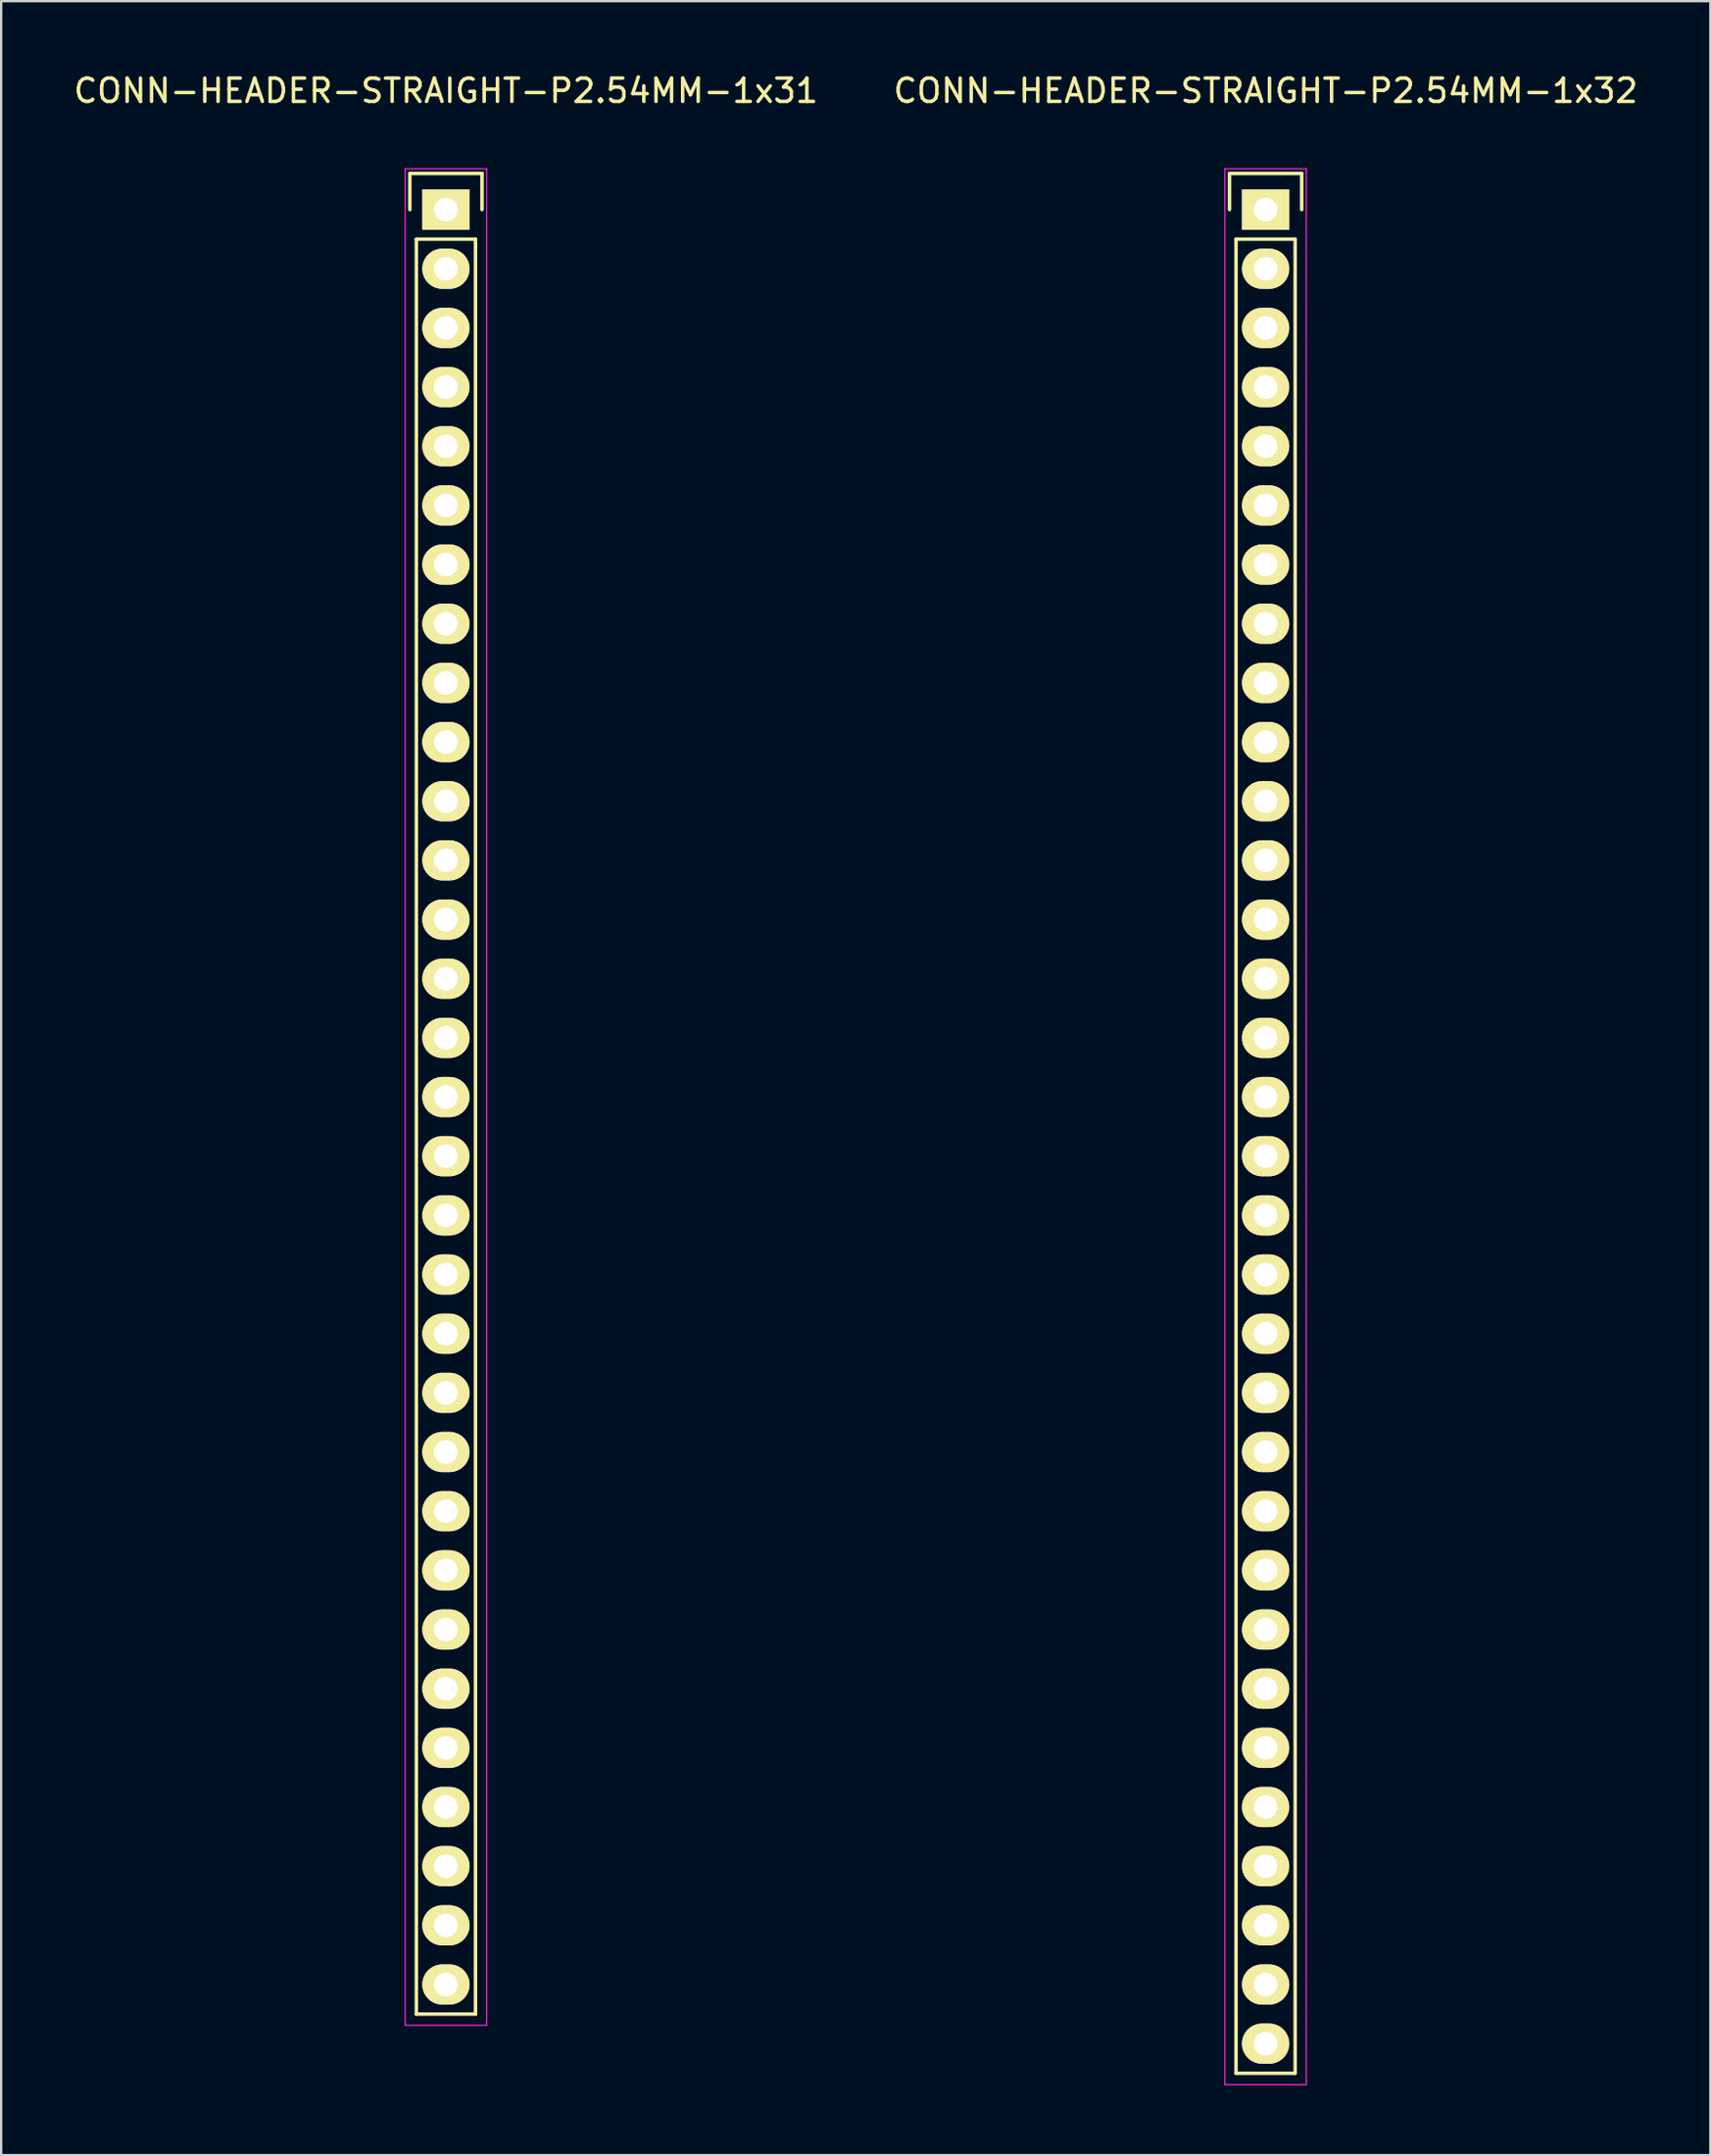
<source format=kicad_pcb>
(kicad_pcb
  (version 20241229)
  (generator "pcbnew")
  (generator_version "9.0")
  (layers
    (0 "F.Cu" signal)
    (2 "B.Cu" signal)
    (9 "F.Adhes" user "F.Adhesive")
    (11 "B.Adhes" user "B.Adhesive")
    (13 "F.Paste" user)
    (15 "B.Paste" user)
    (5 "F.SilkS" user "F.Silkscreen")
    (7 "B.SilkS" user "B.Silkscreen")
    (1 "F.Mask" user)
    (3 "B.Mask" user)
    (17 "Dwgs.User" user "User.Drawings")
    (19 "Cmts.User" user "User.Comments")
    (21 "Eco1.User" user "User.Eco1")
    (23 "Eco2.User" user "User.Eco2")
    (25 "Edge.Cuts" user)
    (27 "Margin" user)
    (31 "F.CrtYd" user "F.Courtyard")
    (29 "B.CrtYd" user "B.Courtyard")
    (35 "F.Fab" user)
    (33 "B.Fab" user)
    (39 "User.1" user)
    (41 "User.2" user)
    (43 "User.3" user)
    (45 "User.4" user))
  (footprint "CONN-HEADER-STRAIGHT-P2.54MM-1x32"
    (layer "F.Cu")
    (at 51.304 5.948)
    (property "Reference" "CONN-HEADER-STRAIGHT-P2.54MM-1x32" (at 0 -5.1 0) (layer "F.SilkS") (effects (font (size 1 1) (thickness 0.15))))
    (attr through_hole)
    (fp_line (start -1.55 -1.55) (end 1.55 -1.55) (stroke (width 0.15) (type solid)) (layer "F.SilkS"))
    (fp_line (start -1.55 0) (end -1.55 -1.55) (stroke (width 0.15) (type solid)) (layer "F.SilkS"))
    (fp_line (start -1.27 1.27) (end -1.27 80.01) (stroke (width 0.15) (type solid)) (layer "F.SilkS"))
    (fp_line (start -1.27 80.01) (end 1.27 80.01) (stroke (width 0.15) (type solid)) (layer "F.SilkS"))
    (fp_line (start 1.27 1.27) (end -1.27 1.27) (stroke (width 0.15) (type solid)) (layer "F.SilkS"))
    (fp_line (start 1.27 80.01) (end 1.27 1.27) (stroke (width 0.15) (type solid)) (layer "F.SilkS"))
    (fp_line (start 1.55 -1.55) (end 1.55 0) (stroke (width 0.15) (type solid)) (layer "F.SilkS"))
    (fp_line (start -1.75 -1.75) (end -1.75 80.5) (stroke (width 0.05) (type solid)) (layer "F.CrtYd"))
    (fp_line (start -1.75 -1.75) (end 1.75 -1.75) (stroke (width 0.05) (type solid)) (layer "F.CrtYd"))
    (fp_line (start -1.75 80.5) (end 1.75 80.5) (stroke (width 0.05) (type solid)) (layer "F.CrtYd"))
    (fp_line (start 1.75 -1.75) (end 1.75 80.5) (stroke (width 0.05) (type solid)) (layer "F.CrtYd"))
    (pad "1" thru_hole rect (at 0 0) (size 2.032 1.727) (drill 1.016) (layers "*.Cu" "*.Mask" "F.SilkS"))
    (pad "2" thru_hole oval (at 0 2.54) (size 2.032 1.727) (drill 1.016) (layers "*.Cu" "*.Mask" "F.SilkS"))
    (pad "3" thru_hole oval (at 0 5.08) (size 2.032 1.727) (drill 1.016) (layers "*.Cu" "*.Mask" "F.SilkS"))
    (pad "4" thru_hole oval (at 0 7.62) (size 2.032 1.727) (drill 1.016) (layers "*.Cu" "*.Mask" "F.SilkS"))
    (pad "5" thru_hole oval (at 0 10.16) (size 2.032 1.727) (drill 1.016) (layers "*.Cu" "*.Mask" "F.SilkS"))
    (pad "6" thru_hole oval (at 0 12.7) (size 2.032 1.727) (drill 1.016) (layers "*.Cu" "*.Mask" "F.SilkS"))
    (pad "7" thru_hole oval (at 0 15.24) (size 2.032 1.727) (drill 1.016) (layers "*.Cu" "*.Mask" "F.SilkS"))
    (pad "8" thru_hole oval (at 0 17.78) (size 2.032 1.727) (drill 1.016) (layers "*.Cu" "*.Mask" "F.SilkS"))
    (pad "9" thru_hole oval (at 0 20.32) (size 2.032 1.727) (drill 1.016) (layers "*.Cu" "*.Mask" "F.SilkS"))
    (pad "10" thru_hole oval (at 0 22.86) (size 2.032 1.727) (drill 1.016) (layers "*.Cu" "*.Mask" "F.SilkS"))
    (pad "11" thru_hole oval (at 0 25.4) (size 2.032 1.727) (drill 1.016) (layers "*.Cu" "*.Mask" "F.SilkS"))
    (pad "12" thru_hole oval (at 0 27.94) (size 2.032 1.727) (drill 1.016) (layers "*.Cu" "*.Mask" "F.SilkS"))
    (pad "13" thru_hole oval (at 0 30.48) (size 2.032 1.727) (drill 1.016) (layers "*.Cu" "*.Mask" "F.SilkS"))
    (pad "14" thru_hole oval (at 0 33.02) (size 2.032 1.727) (drill 1.016) (layers "*.Cu" "*.Mask" "F.SilkS"))
    (pad "15" thru_hole oval (at 0 35.56) (size 2.032 1.727) (drill 1.016) (layers "*.Cu" "*.Mask" "F.SilkS"))
    (pad "16" thru_hole oval (at 0 38.1) (size 2.032 1.727) (drill 1.016) (layers "*.Cu" "*.Mask" "F.SilkS"))
    (pad "17" thru_hole oval (at 0 40.64) (size 2.032 1.727) (drill 1.016) (layers "*.Cu" "*.Mask" "F.SilkS"))
    (pad "18" thru_hole oval (at 0 43.18) (size 2.032 1.727) (drill 1.016) (layers "*.Cu" "*.Mask" "F.SilkS"))
    (pad "19" thru_hole oval (at 0 45.72) (size 2.032 1.727) (drill 1.016) (layers "*.Cu" "*.Mask" "F.SilkS"))
    (pad "20" thru_hole oval (at 0 48.26) (size 2.032 1.727) (drill 1.016) (layers "*.Cu" "*.Mask" "F.SilkS"))
    (pad "21" thru_hole oval (at 0 50.8) (size 2.032 1.727) (drill 1.016) (layers "*.Cu" "*.Mask" "F.SilkS"))
    (pad "22" thru_hole oval (at 0 53.34) (size 2.032 1.727) (drill 1.016) (layers "*.Cu" "*.Mask" "F.SilkS"))
    (pad "23" thru_hole oval (at 0 55.88) (size 2.032 1.727) (drill 1.016) (layers "*.Cu" "*.Mask" "F.SilkS"))
    (pad "24" thru_hole oval (at 0 58.42) (size 2.032 1.727) (drill 1.016) (layers "*.Cu" "*.Mask" "F.SilkS"))
    (pad "25" thru_hole oval (at 0 60.96) (size 2.032 1.727) (drill 1.016) (layers "*.Cu" "*.Mask" "F.SilkS"))
    (pad "26" thru_hole oval (at 0 63.5) (size 2.032 1.727) (drill 1.016) (layers "*.Cu" "*.Mask" "F.SilkS"))
    (pad "27" thru_hole oval (at 0 66.04) (size 2.032 1.727) (drill 1.016) (layers "*.Cu" "*.Mask" "F.SilkS"))
    (pad "28" thru_hole oval (at 0 68.58) (size 2.032 1.727) (drill 1.016) (layers "*.Cu" "*.Mask" "F.SilkS"))
    (pad "29" thru_hole oval (at 0 71.12) (size 2.032 1.727) (drill 1.016) (layers "*.Cu" "*.Mask" "F.SilkS"))
    (pad "30" thru_hole oval (at 0 73.66) (size 2.032 1.727) (drill 1.016) (layers "*.Cu" "*.Mask" "F.SilkS"))
    (pad "31" thru_hole oval (at 0 76.2) (size 2.032 1.727) (drill 1.016) (layers "*.Cu" "*.Mask" "F.SilkS"))
    (pad "32" thru_hole oval (at 0 78.74) (size 2.032 1.727) (drill 1.016) (layers "*.Cu" "*.Mask" "F.SilkS")))
  (footprint "CONN-HEADER-STRAIGHT-P2.54MM-1x31"
    (layer "F.Cu")
    (at 16.101 5.948)
    (property "Reference" "CONN-HEADER-STRAIGHT-P2.54MM-1x31" (at 0 -5.1 0) (layer "F.SilkS") (effects (font (size 1 1) (thickness 0.15))))
    (attr through_hole)
    (fp_line (start -1.55 -1.55) (end 1.55 -1.55) (stroke (width 0.15) (type solid)) (layer "F.SilkS"))
    (fp_line (start -1.55 0) (end -1.55 -1.55) (stroke (width 0.15) (type solid)) (layer "F.SilkS"))
    (fp_line (start -1.27 1.27) (end -1.27 77.47) (stroke (width 0.15) (type solid)) (layer "F.SilkS"))
    (fp_line (start -1.27 77.47) (end 1.27 77.47) (stroke (width 0.15) (type solid)) (layer "F.SilkS"))
    (fp_line (start 1.27 1.27) (end -1.27 1.27) (stroke (width 0.15) (type solid)) (layer "F.SilkS"))
    (fp_line (start 1.27 77.47) (end 1.27 1.27) (stroke (width 0.15) (type solid)) (layer "F.SilkS"))
    (fp_line (start 1.55 -1.55) (end 1.55 0) (stroke (width 0.15) (type solid)) (layer "F.SilkS"))
    (fp_line (start -1.75 -1.75) (end -1.75 77.95) (stroke (width 0.05) (type solid)) (layer "F.CrtYd"))
    (fp_line (start -1.75 -1.75) (end 1.75 -1.75) (stroke (width 0.05) (type solid)) (layer "F.CrtYd"))
    (fp_line (start -1.75 77.95) (end 1.75 77.95) (stroke (width 0.05) (type solid)) (layer "F.CrtYd"))
    (fp_line (start 1.75 -1.75) (end 1.75 77.95) (stroke (width 0.05) (type solid)) (layer "F.CrtYd"))
    (pad "1" thru_hole rect (at 0 0) (size 2.032 1.727) (drill 1.016) (layers "*.Cu" "*.Mask" "F.SilkS"))
    (pad "2" thru_hole oval (at 0 2.54) (size 2.032 1.727) (drill 1.016) (layers "*.Cu" "*.Mask" "F.SilkS"))
    (pad "3" thru_hole oval (at 0 5.08) (size 2.032 1.727) (drill 1.016) (layers "*.Cu" "*.Mask" "F.SilkS"))
    (pad "4" thru_hole oval (at 0 7.62) (size 2.032 1.727) (drill 1.016) (layers "*.Cu" "*.Mask" "F.SilkS"))
    (pad "5" thru_hole oval (at 0 10.16) (size 2.032 1.727) (drill 1.016) (layers "*.Cu" "*.Mask" "F.SilkS"))
    (pad "6" thru_hole oval (at 0 12.7) (size 2.032 1.727) (drill 1.016) (layers "*.Cu" "*.Mask" "F.SilkS"))
    (pad "7" thru_hole oval (at 0 15.24) (size 2.032 1.727) (drill 1.016) (layers "*.Cu" "*.Mask" "F.SilkS"))
    (pad "8" thru_hole oval (at 0 17.78) (size 2.032 1.727) (drill 1.016) (layers "*.Cu" "*.Mask" "F.SilkS"))
    (pad "9" thru_hole oval (at 0 20.32) (size 2.032 1.727) (drill 1.016) (layers "*.Cu" "*.Mask" "F.SilkS"))
    (pad "10" thru_hole oval (at 0 22.86) (size 2.032 1.727) (drill 1.016) (layers "*.Cu" "*.Mask" "F.SilkS"))
    (pad "11" thru_hole oval (at 0 25.4) (size 2.032 1.727) (drill 1.016) (layers "*.Cu" "*.Mask" "F.SilkS"))
    (pad "12" thru_hole oval (at 0 27.94) (size 2.032 1.727) (drill 1.016) (layers "*.Cu" "*.Mask" "F.SilkS"))
    (pad "13" thru_hole oval (at 0 30.48) (size 2.032 1.727) (drill 1.016) (layers "*.Cu" "*.Mask" "F.SilkS"))
    (pad "14" thru_hole oval (at 0 33.02) (size 2.032 1.727) (drill 1.016) (layers "*.Cu" "*.Mask" "F.SilkS"))
    (pad "15" thru_hole oval (at 0 35.56) (size 2.032 1.727) (drill 1.016) (layers "*.Cu" "*.Mask" "F.SilkS"))
    (pad "16" thru_hole oval (at 0 38.1) (size 2.032 1.727) (drill 1.016) (layers "*.Cu" "*.Mask" "F.SilkS"))
    (pad "17" thru_hole oval (at 0 40.64) (size 2.032 1.727) (drill 1.016) (layers "*.Cu" "*.Mask" "F.SilkS"))
    (pad "18" thru_hole oval (at 0 43.18) (size 2.032 1.727) (drill 1.016) (layers "*.Cu" "*.Mask" "F.SilkS"))
    (pad "19" thru_hole oval (at 0 45.72) (size 2.032 1.727) (drill 1.016) (layers "*.Cu" "*.Mask" "F.SilkS"))
    (pad "20" thru_hole oval (at 0 48.26) (size 2.032 1.727) (drill 1.016) (layers "*.Cu" "*.Mask" "F.SilkS"))
    (pad "21" thru_hole oval (at 0 50.8) (size 2.032 1.727) (drill 1.016) (layers "*.Cu" "*.Mask" "F.SilkS"))
    (pad "22" thru_hole oval (at 0 53.34) (size 2.032 1.727) (drill 1.016) (layers "*.Cu" "*.Mask" "F.SilkS"))
    (pad "23" thru_hole oval (at 0 55.88) (size 2.032 1.727) (drill 1.016) (layers "*.Cu" "*.Mask" "F.SilkS"))
    (pad "24" thru_hole oval (at 0 58.42) (size 2.032 1.727) (drill 1.016) (layers "*.Cu" "*.Mask" "F.SilkS"))
    (pad "25" thru_hole oval (at 0 60.96) (size 2.032 1.727) (drill 1.016) (layers "*.Cu" "*.Mask" "F.SilkS"))
    (pad "26" thru_hole oval (at 0 63.5) (size 2.032 1.727) (drill 1.016) (layers "*.Cu" "*.Mask" "F.SilkS"))
    (pad "27" thru_hole oval (at 0 66.04) (size 2.032 1.727) (drill 1.016) (layers "*.Cu" "*.Mask" "F.SilkS"))
    (pad "28" thru_hole oval (at 0 68.58) (size 2.032 1.727) (drill 1.016) (layers "*.Cu" "*.Mask" "F.SilkS"))
    (pad "29" thru_hole oval (at 0 71.12) (size 2.032 1.727) (drill 1.016) (layers "*.Cu" "*.Mask" "F.SilkS"))
    (pad "30" thru_hole oval (at 0 73.66) (size 2.032 1.727) (drill 1.016) (layers "*.Cu" "*.Mask" "F.SilkS"))
    (pad "31" thru_hole oval (at 0 76.2) (size 2.032 1.727) (drill 1.016) (layers "*.Cu" "*.Mask" "F.SilkS")))
  (gr_rect
    (start -3 -3)
    (end 70.405 89.473)
    (stroke (width 0.1) (type default))
    (fill no)
    (layer "Edge.Cuts")))
</source>
